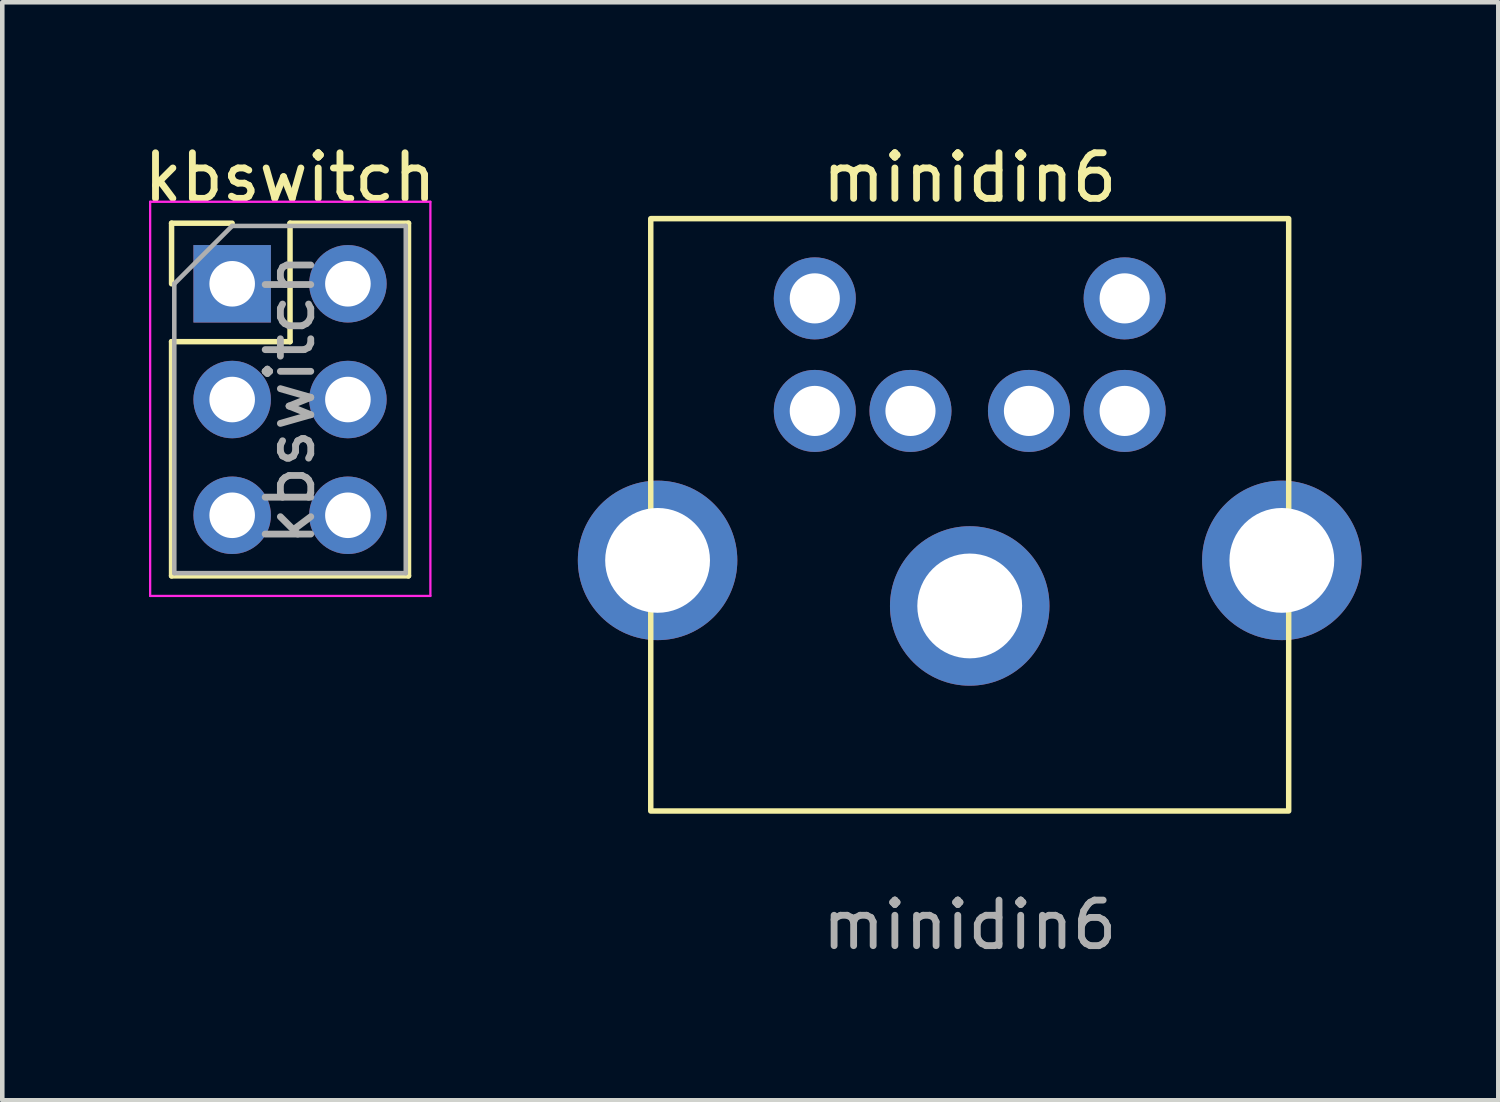
<source format=kicad_pcb>
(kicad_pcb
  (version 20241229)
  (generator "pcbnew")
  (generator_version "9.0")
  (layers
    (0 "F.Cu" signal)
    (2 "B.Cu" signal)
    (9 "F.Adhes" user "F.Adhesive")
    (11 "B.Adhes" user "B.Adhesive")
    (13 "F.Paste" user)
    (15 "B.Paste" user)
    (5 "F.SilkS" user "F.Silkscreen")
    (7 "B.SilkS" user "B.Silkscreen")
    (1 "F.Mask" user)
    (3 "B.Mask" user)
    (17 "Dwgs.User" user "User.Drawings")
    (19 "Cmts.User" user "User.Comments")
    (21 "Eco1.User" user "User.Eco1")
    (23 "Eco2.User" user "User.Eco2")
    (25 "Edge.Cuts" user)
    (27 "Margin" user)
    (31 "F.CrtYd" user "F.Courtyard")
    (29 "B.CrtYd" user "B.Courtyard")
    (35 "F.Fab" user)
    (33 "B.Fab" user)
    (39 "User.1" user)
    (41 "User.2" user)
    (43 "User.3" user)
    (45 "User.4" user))
  (footprint "minidin6"
    (layer "F.Cu")
    (at 18.231 14.748)
    (property "Reference" "minidin6" (at 0 -13.9 0) (unlocked yes) (layer "F.SilkS") (effects (font (size 1 1) (thickness 0.15))))
    (attr through_hole)
    (fp_rect (start -7 0) (end 7 -13) (stroke (width 0.12) (type solid)) (fill no) (layer "F.SilkS"))
    (fp_text user "${REFERENCE}" (at 0 2.5 0) (unlocked yes) (layer "F.Fab") (effects (font (size 1 1) (thickness 0.15))))
    (pad "1" thru_hole circle (at 1.3 -8.78) (size 1.8 1.8) (drill 1.1) (layers "*.Cu" "*.Mask"))
    (pad "2" thru_hole circle (at -1.3 -8.78) (size 1.8 1.8) (drill 1.1) (layers "*.Cu" "*.Mask"))
    (pad "3" thru_hole circle (at -6.85 -5.5) (size 3.5 3.5) (drill 2.3) (layers "*.Cu" "*.Mask"))
    (pad "3" thru_hole circle (at 0 -4.5) (size 3.5 3.5) (drill 2.3) (layers "*.Cu" "*.Mask"))
    (pad "3" thru_hole circle (at 3.4 -8.78) (size 1.8 1.8) (drill 1.1) (layers "*.Cu" "*.Mask"))
    (pad "3" thru_hole circle (at 6.85 -5.5) (size 3.5 3.5) (drill 2.3) (layers "*.Cu" "*.Mask"))
    (pad "4" thru_hole circle (at -3.4 -8.78) (size 1.8 1.8) (drill 1.1) (layers "*.Cu" "*.Mask"))
    (pad "5" thru_hole circle (at 3.4 -11.25) (size 1.8 1.8) (drill 1.1) (layers "*.Cu" "*.Mask"))
    (pad "6" thru_hole circle (at -3.4 -11.25) (size 1.8 1.8) (drill 1.1) (layers "*.Cu" "*.Mask")))
  (footprint "kbswitch"
    (layer "F.Cu")
    (at 2.045 3.178)
    (property "Reference" "kbswitch" (at 1.27 -2.33 0) (layer "F.SilkS") (effects (font (size 1 1) (thickness 0.15))))
    (attr through_hole)
    (fp_line (start -1.33 -1.33) (end 0 -1.33) (stroke (width 0.12) (type solid)) (layer "F.SilkS"))
    (fp_line (start -1.33 0) (end -1.33 -1.33) (stroke (width 0.12) (type solid)) (layer "F.SilkS"))
    (fp_line (start -1.33 1.27) (end -1.33 6.41) (stroke (width 0.12) (type solid)) (layer "F.SilkS"))
    (fp_line (start -1.33 1.27) (end 1.27 1.27) (stroke (width 0.12) (type solid)) (layer "F.SilkS"))
    (fp_line (start -1.33 6.41) (end 3.87 6.41) (stroke (width 0.12) (type solid)) (layer "F.SilkS"))
    (fp_line (start 1.27 -1.33) (end 3.87 -1.33) (stroke (width 0.12) (type solid)) (layer "F.SilkS"))
    (fp_line (start 1.27 1.27) (end 1.27 -1.33) (stroke (width 0.12) (type solid)) (layer "F.SilkS"))
    (fp_line (start 3.87 -1.33) (end 3.87 6.41) (stroke (width 0.12) (type solid)) (layer "F.SilkS"))
    (fp_line (start -1.8 -1.8) (end -1.8 6.85) (stroke (width 0.05) (type solid)) (layer "F.CrtYd"))
    (fp_line (start -1.8 6.85) (end 4.35 6.85) (stroke (width 0.05) (type solid)) (layer "F.CrtYd"))
    (fp_line (start 4.35 -1.8) (end -1.8 -1.8) (stroke (width 0.05) (type solid)) (layer "F.CrtYd"))
    (fp_line (start 4.35 6.85) (end 4.35 -1.8) (stroke (width 0.05) (type solid)) (layer "F.CrtYd"))
    (fp_line (start -1.27 0) (end 0 -1.27) (stroke (width 0.1) (type solid)) (layer "F.Fab"))
    (fp_line (start -1.27 6.35) (end -1.27 0) (stroke (width 0.1) (type solid)) (layer "F.Fab"))
    (fp_line (start 0 -1.27) (end 3.81 -1.27) (stroke (width 0.1) (type solid)) (layer "F.Fab"))
    (fp_line (start 3.81 -1.27) (end 3.81 6.35) (stroke (width 0.1) (type solid)) (layer "F.Fab"))
    (fp_line (start 3.81 6.35) (end -1.27 6.35) (stroke (width 0.1) (type solid)) (layer "F.Fab"))
    (fp_text user "${REFERENCE}" (at 1.27 2.54 90) (layer "F.Fab") (effects (font (size 1 1) (thickness 0.15))))
    (pad "1" thru_hole rect (at 0 0) (size 1.7 1.7) (drill 1) (layers "*.Cu" "*.Mask"))
    (pad "2" thru_hole oval (at 0 2.54) (size 1.7 1.7) (drill 1) (layers "*.Cu" "*.Mask"))
    (pad "3" thru_hole oval (at 0 5.08) (size 1.7 1.7) (drill 1) (layers "*.Cu" "*.Mask"))
    (pad "4" thru_hole oval (at 2.54 0) (size 1.7 1.7) (drill 1) (layers "*.Cu" "*.Mask"))
    (pad "5" thru_hole oval (at 2.54 2.54) (size 1.7 1.7) (drill 1) (layers "*.Cu" "*.Mask"))
    (pad "6" thru_hole oval (at 2.54 5.08) (size 1.7 1.7) (drill 1) (layers "*.Cu" "*.Mask")))
  (gr_rect
    (start -3 -3)
    (end 29.831 21.096)
    (stroke (width 0.1) (type default))
    (fill no)
    (layer "Edge.Cuts")))
</source>
